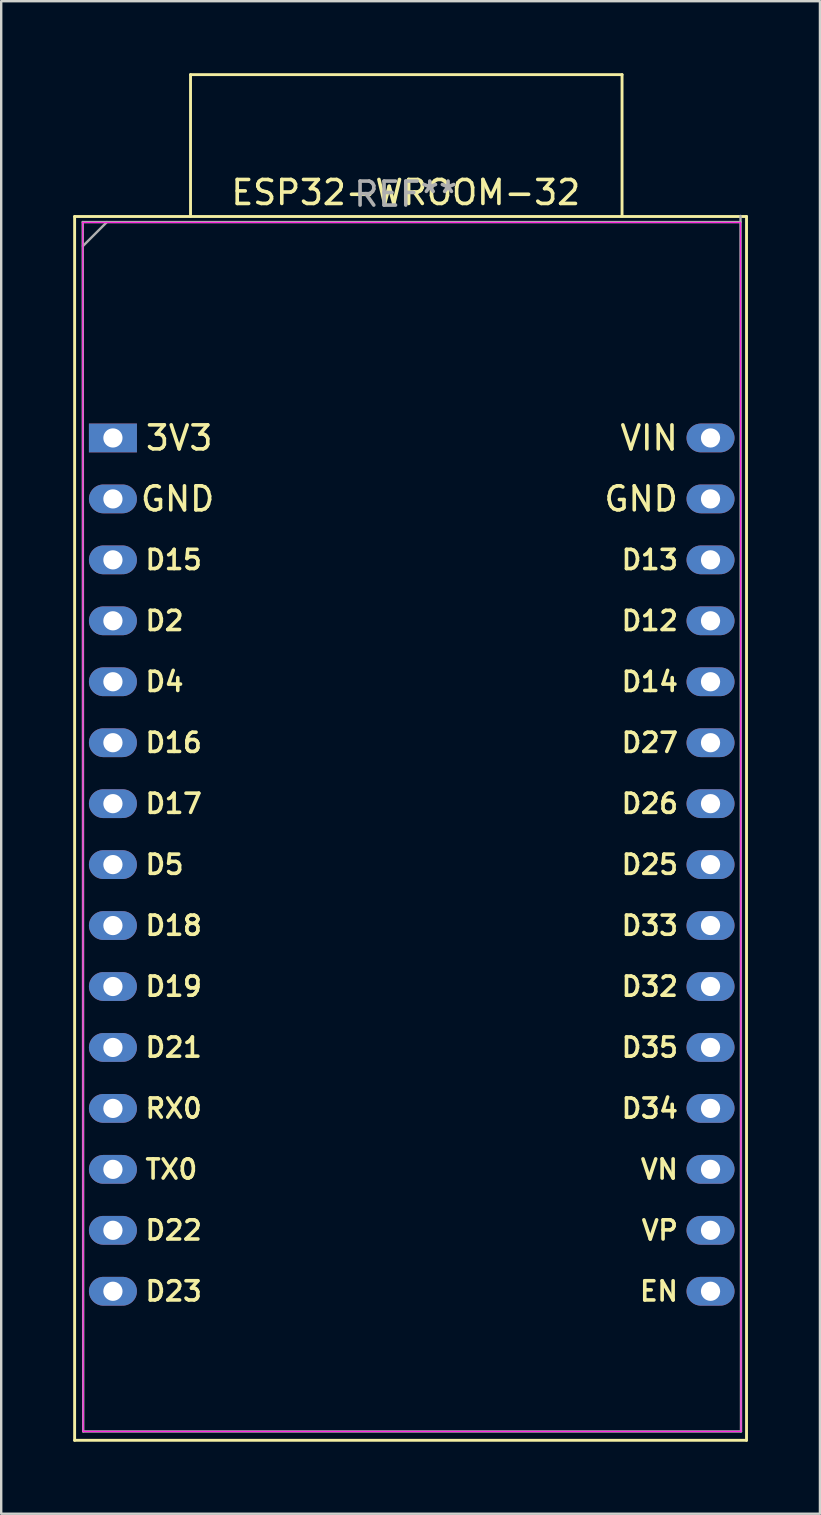
<source format=kicad_pcb>
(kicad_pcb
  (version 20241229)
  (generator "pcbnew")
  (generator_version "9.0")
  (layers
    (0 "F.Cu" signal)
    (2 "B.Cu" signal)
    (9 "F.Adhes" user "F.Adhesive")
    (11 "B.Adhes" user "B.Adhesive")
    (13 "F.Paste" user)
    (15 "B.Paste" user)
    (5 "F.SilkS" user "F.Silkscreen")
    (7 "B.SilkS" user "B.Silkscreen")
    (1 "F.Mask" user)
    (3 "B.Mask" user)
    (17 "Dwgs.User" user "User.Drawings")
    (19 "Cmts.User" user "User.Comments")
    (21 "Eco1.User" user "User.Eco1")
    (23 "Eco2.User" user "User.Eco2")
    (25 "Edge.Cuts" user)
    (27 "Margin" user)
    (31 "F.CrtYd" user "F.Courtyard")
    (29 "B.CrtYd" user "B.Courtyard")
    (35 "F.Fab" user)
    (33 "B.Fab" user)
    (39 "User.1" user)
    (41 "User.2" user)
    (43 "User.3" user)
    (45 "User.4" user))
  (footprint "ESP32-WROOM-32"
    (layer "F.Cu")
    (at 1.16 7.073)
    (property "Reference" "ESP32-WROOM-32" (at 12.7 -2.1 0) (layer "F.SilkS") (effects (font (size 1 1) (thickness 0.15))))
    (attr through_hole)
    (fp_line (start -1.1 -1.1) (end -1.1 49.9) (stroke (width 0.12) (type solid)) (layer "F.SilkS"))
    (fp_line (start -1.1 49.9) (end 26.9 49.9) (stroke (width 0.12) (type solid)) (layer "F.SilkS"))
    (fp_line (start 3.73 -7.013) (end 21.713 -7.013) (stroke (width 0.12) (type solid)) (layer "F.SilkS"))
    (fp_line (start 3.73 -1.12) (end 3.73 -7.013) (stroke (width 0.12) (type solid)) (layer "F.SilkS"))
    (fp_line (start 21.713 -7.013) (end 21.713 -1.12) (stroke (width 0.12) (type solid)) (layer "F.SilkS"))
    (fp_line (start 26.9 49.9) (end 26.9 -1.1) (stroke (width 0.12) (type solid)) (layer "F.SilkS"))
    (fp_line (start 26.9 -1.1) (end -1.1 -1.1) (stroke (width 0.12) (type solid)) (layer "F.SilkS"))
    (fp_line (start -0.762 -0.85) (end 26.65 -0.85) (stroke (width 0.05) (type solid)) (layer "F.CrtYd"))
    (fp_line (start -0.742 49.53) (end -0.762 -0.85) (stroke (width 0.05) (type solid)) (layer "F.CrtYd"))
    (fp_line (start 26.65 -0.85) (end 26.67 49.53) (stroke (width 0.05) (type solid)) (layer "F.CrtYd"))
    (fp_line (start 26.67 49.53) (end -0.742 49.53) (stroke (width 0.05) (type solid)) (layer "F.CrtYd"))
    (fp_line (start -0.762 -0.87) (end 26.65 -0.87) (stroke (width 0.1) (type solid)) (layer "F.Fab"))
    (fp_line (start -0.742 49.53) (end -0.762 -0.87) (stroke (width 0.1) (type solid)) (layer "F.Fab"))
    (fp_line (start 0.246 -0.87) (end -0.754 0.13) (stroke (width 0.1) (type solid)) (layer "F.Fab"))
    (fp_line (start 26.65 -1.124) (end 26.67 49.53) (stroke (width 0.1) (type solid)) (layer "F.Fab"))
    (fp_line (start 26.67 49.53) (end -0.742 49.53) (stroke (width 0.1) (type solid)) (layer "F.Fab"))
    (fp_text user "VP" (at 24.13 41.148 0) (unlocked yes) (layer "F.SilkS") (effects (font (size 0.8 0.8) (thickness 0.15)) (justify right)))
    (fp_text user "GND" (at 24.13 10.668 0) (unlocked yes) (layer "F.SilkS") (effects (font (size 1 1) (thickness 0.15)) (justify right)))
    (fp_text user "D33" (at 24.13 28.448 0) (unlocked yes) (layer "F.SilkS") (effects (font (size 0.8 0.8) (thickness 0.15)) (justify right)))
    (fp_text user "D2" (at 1.766 15.748 0) (unlocked yes) (layer "F.SilkS") (effects (font (size 0.8 0.8) (thickness 0.15)) (justify left)))
    (fp_text user "D18" (at 1.766 28.448 0) (unlocked yes) (layer "F.SilkS") (effects (font (size 0.8 0.8) (thickness 0.15)) (justify left)))
    (fp_text user "D27" (at 24.13 20.828 0) (unlocked yes) (layer "F.SilkS") (effects (font (size 0.8 0.8) (thickness 0.15)) (justify right)))
    (fp_text user "D21" (at 1.766 33.528 0) (unlocked yes) (layer "F.SilkS") (effects (font (size 0.8 0.8) (thickness 0.15)) (justify left)))
    (fp_text user "D26" (at 24.13 23.368 0) (unlocked yes) (layer "F.SilkS") (effects (font (size 0.8 0.8) (thickness 0.15)) (justify right)))
    (fp_text user "EN" (at 24.13 43.688 0) (unlocked yes) (layer "F.SilkS") (effects (font (size 0.8 0.8) (thickness 0.15)) (justify right)))
    (fp_text user "D23" (at 1.766 43.688 0) (unlocked yes) (layer "F.SilkS") (effects (font (size 0.8 0.8) (thickness 0.15)) (justify left)))
    (fp_text user "RX0" (at 1.766 36.068 0) (unlocked yes) (layer "F.SilkS") (effects (font (size 0.8 0.8) (thickness 0.15)) (justify left)))
    (fp_text user "D32" (at 24.13 30.988 0) (unlocked yes) (layer "F.SilkS") (effects (font (size 0.8 0.8) (thickness 0.15)) (justify right)))
    (fp_text user "GND" (at 4.814 10.668 0) (unlocked yes) (layer "F.SilkS") (effects (font (size 1 1) (thickness 0.15)) (justify right)))
    (fp_text user "D4" (at 1.766 18.288 0) (unlocked yes) (layer "F.SilkS") (effects (font (size 0.8 0.8) (thickness 0.15)) (justify left)))
    (fp_text user "D12" (at 24.13 15.748 0) (unlocked yes) (layer "F.SilkS") (effects (font (size 0.8 0.8) (thickness 0.15)) (justify right)))
    (fp_text user "D25" (at 24.13 25.908 0) (unlocked yes) (layer "F.SilkS") (effects (font (size 0.8 0.8) (thickness 0.15)) (justify right)))
    (fp_text user "D17" (at 1.766 23.368 0) (unlocked yes) (layer "F.SilkS") (effects (font (size 0.8 0.8) (thickness 0.15)) (justify left)))
    (fp_text user "VIN" (at 24.13 8.128 0) (unlocked yes) (layer "F.SilkS") (effects (font (size 1 1) (thickness 0.15)) (justify right)))
    (fp_text user "D5" (at 1.766 25.908 0) (unlocked yes) (layer "F.SilkS") (effects (font (size 0.8 0.8) (thickness 0.15)) (justify left)))
    (fp_text user "D16" (at 1.766 20.828 0) (unlocked yes) (layer "F.SilkS") (effects (font (size 0.8 0.8) (thickness 0.15)) (justify left)))
    (fp_text user "D19" (at 1.766 30.988 0) (unlocked yes) (layer "F.SilkS") (effects (font (size 0.8 0.8) (thickness 0.15)) (justify left)))
    (fp_text user "D22" (at 1.766 41.148 0) (unlocked yes) (layer "F.SilkS") (effects (font (size 0.8 0.8) (thickness 0.15)) (justify left)))
    (fp_text user "D35" (at 24.13 33.528 0) (unlocked yes) (layer "F.SilkS") (effects (font (size 0.8 0.8) (thickness 0.15)) (justify right)))
    (fp_text user "D14" (at 24.13 18.288 0) (unlocked yes) (layer "F.SilkS") (effects (font (size 0.8 0.8) (thickness 0.15)) (justify right)))
    (fp_text user "TX0" (at 1.766 38.608 0) (unlocked yes) (layer "F.SilkS") (effects (font (size 0.8 0.8) (thickness 0.15)) (justify left)))
    (fp_text user "D34" (at 24.13 36.068 0) (unlocked yes) (layer "F.SilkS") (effects (font (size 0.8 0.8) (thickness 0.15)) (justify right)))
    (fp_text user "D15" (at 1.766 13.208 0) (unlocked yes) (layer "F.SilkS") (effects (font (size 0.8 0.8) (thickness 0.15)) (justify left)))
    (fp_text user "D13" (at 24.13 13.208 0) (unlocked yes) (layer "F.SilkS") (effects (font (size 0.8 0.8) (thickness 0.15)) (justify right)))
    (fp_text user "VN" (at 24.13 38.608 0) (unlocked yes) (layer "F.SilkS") (effects (font (size 0.8 0.8) (thickness 0.15)) (justify right)))
    (fp_text user "3V3" (at 1.778 8.128 0) (unlocked yes) (layer "F.SilkS") (effects (font (size 1 1) (thickness 0.15)) (justify left)))
    (fp_text user "REF**" (at 12.7 -2.032 0) (layer "F.Fab") (effects (font (size 1 1) (thickness 0.15))))
    (pad "1" thru_hole rect (at 0.496 8.128 270) (size 1.2 2) (drill 0.8) (layers "*.Cu" "*.Mask"))
    (pad "2" thru_hole oval (at 0.496 10.668 270) (size 1.2 2) (drill 0.8) (layers "*.Cu" "*.Mask"))
    (pad "3" thru_hole oval (at 0.496 13.208 270) (size 1.2 2) (drill 0.8) (layers "*.Cu" "*.Mask"))
    (pad "4" thru_hole oval (at 0.496 15.748 270) (size 1.2 2) (drill 0.8) (layers "*.Cu" "*.Mask"))
    (pad "5" thru_hole oval (at 0.496 18.288 270) (size 1.2 2) (drill 0.8) (layers "*.Cu" "*.Mask"))
    (pad "6" thru_hole oval (at 0.496 20.828 270) (size 1.2 2) (drill 0.8) (layers "*.Cu" "*.Mask"))
    (pad "7" thru_hole oval (at 0.496 23.368 270) (size 1.2 2) (drill 0.8) (layers "*.Cu" "*.Mask"))
    (pad "8" thru_hole oval (at 0.496 25.908 270) (size 1.2 2) (drill 0.8) (layers "*.Cu" "*.Mask"))
    (pad "9" thru_hole oval (at 0.496 28.448 270) (size 1.2 2) (drill 0.8) (layers "*.Cu" "*.Mask"))
    (pad "10" thru_hole oval (at 0.496 30.988 270) (size 1.2 2) (drill 0.8) (layers "*.Cu" "*.Mask"))
    (pad "11" thru_hole oval (at 0.496 33.528 270) (size 1.2 2) (drill 0.8) (layers "*.Cu" "*.Mask"))
    (pad "12" thru_hole oval (at 0.496 36.068 270) (size 1.2 2) (drill 0.8) (layers "*.Cu" "*.Mask"))
    (pad "13" thru_hole oval (at 0.496 38.608 270) (size 1.2 2) (drill 0.8) (layers "*.Cu" "*.Mask"))
    (pad "14" thru_hole oval (at 0.496 41.148 270) (size 1.2 2) (drill 0.8) (layers "*.Cu" "*.Mask"))
    (pad "15" thru_hole oval (at 0.496 43.688 270) (size 1.2 2) (drill 0.8) (layers "*.Cu" "*.Mask"))
    (pad "16" thru_hole oval (at 25.4 8.128 270) (size 1.2 2) (drill 0.8) (layers "*.Cu" "*.Mask"))
    (pad "17" thru_hole oval (at 25.4 10.668 270) (size 1.2 2) (drill 0.8) (layers "*.Cu" "*.Mask"))
    (pad "18" thru_hole oval (at 25.4 13.208 270) (size 1.2 2) (drill 0.8) (layers "*.Cu" "*.Mask"))
    (pad "19" thru_hole oval (at 25.4 15.748 270) (size 1.2 2) (drill 0.8) (layers "*.Cu" "*.Mask"))
    (pad "20" thru_hole oval (at 25.4 18.288 270) (size 1.2 2) (drill 0.8) (layers "*.Cu" "*.Mask"))
    (pad "21" thru_hole oval (at 25.4 20.828 270) (size 1.2 2) (drill 0.8) (layers "*.Cu" "*.Mask"))
    (pad "22" thru_hole oval (at 25.4 23.368 270) (size 1.2 2) (drill 0.8) (layers "*.Cu" "*.Mask"))
    (pad "23" thru_hole oval (at 25.4 25.908 270) (size 1.2 2) (drill 0.8) (layers "*.Cu" "*.Mask"))
    (pad "24" thru_hole oval (at 25.4 28.448 270) (size 1.2 2) (drill 0.8) (layers "*.Cu" "*.Mask"))
    (pad "25" thru_hole oval (at 25.4 30.988 270) (size 1.2 2) (drill 0.8) (layers "*.Cu" "*.Mask"))
    (pad "26" thru_hole oval (at 25.4 33.528 270) (size 1.2 2) (drill 0.8) (layers "*.Cu" "*.Mask"))
    (pad "27" thru_hole oval (at 25.4 36.068 270) (size 1.2 2) (drill 0.8) (layers "*.Cu" "*.Mask"))
    (pad "28" thru_hole oval (at 25.4 38.608 270) (size 1.2 2) (drill 0.8) (layers "*.Cu" "*.Mask"))
    (pad "29" thru_hole oval (at 25.4 41.148 270) (size 1.2 2) (drill 0.8) (layers "*.Cu" "*.Mask"))
    (pad "30" thru_hole oval (at 25.4 43.688 270) (size 1.2 2) (drill 0.8) (layers "*.Cu" "*.Mask")))
  (gr_rect
    (start -3 -3)
    (end 31.12 60.033)
    (stroke (width 0.1) (type default))
    (fill no)
    (layer "Edge.Cuts")))
</source>
